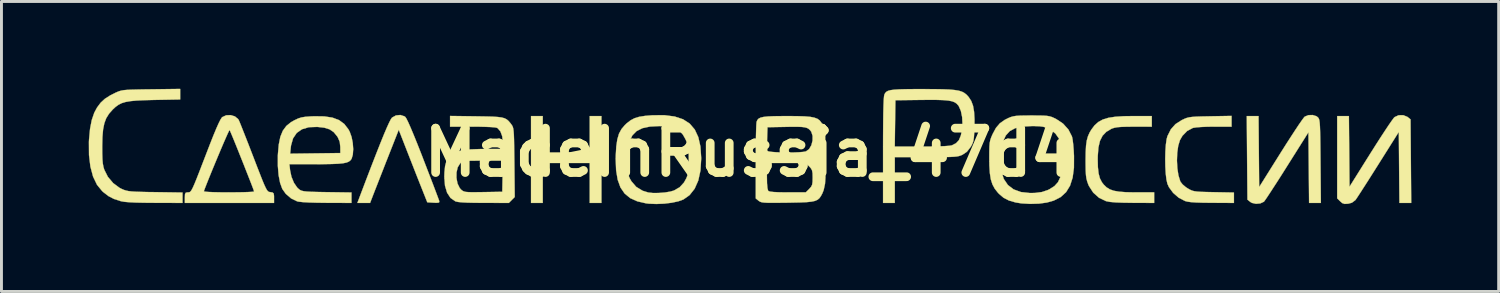
<source format=kicad_pcb>
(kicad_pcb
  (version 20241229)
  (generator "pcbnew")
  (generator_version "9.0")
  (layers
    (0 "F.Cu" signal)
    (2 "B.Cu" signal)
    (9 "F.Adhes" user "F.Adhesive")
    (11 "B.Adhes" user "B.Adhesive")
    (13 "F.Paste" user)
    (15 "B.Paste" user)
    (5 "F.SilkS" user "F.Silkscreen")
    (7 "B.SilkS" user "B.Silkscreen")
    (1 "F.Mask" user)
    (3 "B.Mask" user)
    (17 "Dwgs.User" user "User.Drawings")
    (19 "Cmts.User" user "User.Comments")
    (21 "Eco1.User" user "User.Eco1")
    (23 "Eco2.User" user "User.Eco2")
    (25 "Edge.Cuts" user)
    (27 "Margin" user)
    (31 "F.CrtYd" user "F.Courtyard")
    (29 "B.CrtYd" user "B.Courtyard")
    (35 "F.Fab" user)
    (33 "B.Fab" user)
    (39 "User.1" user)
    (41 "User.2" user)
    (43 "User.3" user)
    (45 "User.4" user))
  (footprint "MadeInRussia_47d4"
    (layer "F.Cu")
    (at 22.694 2.188)
    (property "Reference" "MadeInRussia_47d4" (at 0 0 0) (layer "F.SilkS") (effects (font (size 1.524 1.524) (thickness 0.3))))
    (attr through_hole)
    (fp_poly (pts (xy -7.096 0) (xy -5.483 0) (xy -5.483 -1.25) (xy -5.08 -1.25) (xy -5.08 1.734) (xy -5.483 1.734) (xy -5.483 0.363) (xy -7.096 0.363) (xy -7.096 1.734) (xy -7.499 1.734) (xy -7.499 -1.25) (xy -7.096 -1.25) (xy -7.096 0)) (stroke (width 0.01) (type solid)) (fill yes) (layer "F.SilkS"))
    (fp_poly (pts (xy 22.609 -1.224) (xy 22.624 -1.213) (xy 22.719 -1.136) (xy 22.742 1.734) (xy 22.337 1.734) (xy 22.326 0.514) (xy 22.316 -0.706) (xy 21.61 0.415) (xy 21.437 0.689) (xy 21.274 0.946) (xy 21.127 1.175) (xy 21.003 1.368) (xy 20.906 1.517) (xy 20.843 1.611) (xy 20.824 1.637) (xy 20.704 1.727) (xy 20.575 1.761) (xy 20.455 1.768) (xy 20.373 1.74) (xy 20.303 1.68) (xy 20.199 1.576) (xy 20.199 -1.25) (xy 20.601 -1.25) (xy 20.612 -0.036) (xy 20.622 1.177) (xy 21.348 0.019) (xy 21.524 -0.259) (xy 21.69 -0.518) (xy 21.841 -0.748) (xy 21.97 -0.942) (xy 22.073 -1.09) (xy 22.143 -1.185) (xy 22.17 -1.214) (xy 22.309 -1.278) (xy 22.467 -1.281) (xy 22.609 -1.224)) (stroke (width 0.01) (type solid)) (fill yes) (layer "F.SilkS"))
    (fp_poly (pts (xy 19.487 -1.245) (xy 19.538 -1.205) (xy 19.558 -1.179) (xy 19.575 -1.143) (xy 19.588 -1.089) (xy 19.598 -1.01) (xy 19.606 -0.896) (xy 19.612 -0.741) (xy 19.617 -0.534) (xy 19.621 -0.269) (xy 19.624 0.064) (xy 19.626 0.307) (xy 19.638 1.734) (xy 19.233 1.734) (xy 19.222 0.52) (xy 19.211 -0.693) (xy 18.474 0.476) (xy 18.299 0.754) (xy 18.135 1.01) (xy 17.987 1.238) (xy 17.863 1.429) (xy 17.766 1.574) (xy 17.703 1.665) (xy 17.68 1.693) (xy 17.558 1.75) (xy 17.409 1.764) (xy 17.269 1.733) (xy 17.215 1.701) (xy 17.115 1.62) (xy 17.103 0.185) (xy 17.092 -1.25) (xy 17.497 -1.25) (xy 17.507 -0.03) (xy 17.518 1.189) (xy 18.258 0.009) (xy 18.435 -0.271) (xy 18.602 -0.53) (xy 18.753 -0.762) (xy 18.882 -0.956) (xy 18.985 -1.104) (xy 19.055 -1.199) (xy 19.084 -1.231) (xy 19.212 -1.282) (xy 19.357 -1.286) (xy 19.487 -1.245)) (stroke (width 0.01) (type solid)) (fill yes) (layer "F.SilkS"))
    (fp_poly (pts (xy -11.849 -1.242) (xy -11.818 -1.22) (xy -11.779 -1.161) (xy -11.715 -1.031) (xy -11.627 -0.832) (xy -11.518 -0.571) (xy -11.388 -0.249) (xy -11.24 0.127) (xy -11.204 0.222) (xy -11.082 0.538) (xy -10.968 0.833) (xy -10.867 1.096) (xy -10.782 1.321) (xy -10.716 1.496) (xy -10.672 1.614) (xy -10.654 1.665) (xy -10.651 1.707) (xy -10.684 1.727) (xy -10.77 1.73) (xy -10.848 1.726) (xy -11.063 1.713) (xy -11.255 1.23) (xy -11.334 1.031) (xy -11.433 0.781) (xy -11.543 0.501) (xy -11.655 0.215) (xy -11.746 -0.017) (xy -12.044 -0.78) (xy -12.376 0.063) (xy -12.485 0.339) (xy -12.594 0.619) (xy -12.698 0.883) (xy -12.788 1.114) (xy -12.858 1.292) (xy -12.869 1.32) (xy -13.029 1.734) (xy -13.465 1.734) (xy -13.37 1.482) (xy -13.158 0.924) (xy -12.972 0.439) (xy -12.81 0.024) (xy -12.672 -0.325) (xy -12.556 -0.611) (xy -12.46 -0.837) (xy -12.383 -1.007) (xy -12.325 -1.123) (xy -12.283 -1.188) (xy -12.272 -1.199) (xy -12.14 -1.272) (xy -11.988 -1.287) (xy -11.849 -1.242)) (stroke (width 0.01) (type solid)) (fill yes) (layer "F.SilkS"))
    (fp_poly (pts (xy 13.829 -0.887) (xy 13.214 -0.886) (xy 12.964 -0.884) (xy 12.779 -0.878) (xy 12.644 -0.867) (xy 12.543 -0.848) (xy 12.462 -0.822) (xy 12.438 -0.811) (xy 12.265 -0.708) (xy 12.137 -0.574) (xy 12.048 -0.398) (xy 11.995 -0.17) (xy 11.973 0.121) (xy 11.971 0.226) (xy 11.977 0.505) (xy 12.001 0.721) (xy 12.046 0.89) (xy 12.117 1.026) (xy 12.179 1.106) (xy 12.274 1.198) (xy 12.385 1.267) (xy 12.524 1.316) (xy 12.703 1.347) (xy 12.936 1.365) (xy 13.233 1.371) (xy 13.292 1.371) (xy 13.91 1.371) (xy 13.91 1.734) (xy 13.174 1.731) (xy 12.841 1.726) (xy 12.582 1.716) (xy 12.392 1.699) (xy 12.264 1.674) (xy 12.255 1.672) (xy 12.017 1.558) (xy 11.817 1.38) (xy 11.67 1.153) (xy 11.646 1.098) (xy 11.609 0.995) (xy 11.583 0.894) (xy 11.567 0.777) (xy 11.558 0.625) (xy 11.555 0.42) (xy 11.554 0.282) (xy 11.558 -0.007) (xy 11.57 -0.233) (xy 11.595 -0.41) (xy 11.636 -0.556) (xy 11.694 -0.687) (xy 11.755 -0.788) (xy 11.865 -0.934) (xy 11.992 -1.047) (xy 12.145 -1.131) (xy 12.337 -1.19) (xy 12.577 -1.227) (xy 12.877 -1.246) (xy 13.17 -1.25) (xy 13.829 -1.25) (xy 13.829 -0.887)) (stroke (width 0.01) (type solid)) (fill yes) (layer "F.SilkS"))
    (fp_poly (pts (xy 16.57 -0.887) (xy 15.972 -0.887) (xy 15.737 -0.884) (xy 15.528 -0.875) (xy 15.36 -0.862) (xy 15.251 -0.845) (xy 15.236 -0.841) (xy 15.042 -0.737) (xy 14.881 -0.571) (xy 14.796 -0.423) (xy 14.737 -0.23) (xy 14.703 0.012) (xy 14.693 0.278) (xy 14.707 0.545) (xy 14.744 0.787) (xy 14.804 0.981) (xy 14.818 1.011) (xy 14.887 1.098) (xy 14.998 1.192) (xy 15.069 1.238) (xy 15.141 1.279) (xy 15.208 1.309) (xy 15.284 1.33) (xy 15.383 1.344) (xy 15.519 1.353) (xy 15.708 1.359) (xy 15.956 1.364) (xy 16.651 1.377) (xy 16.651 1.734) (xy 15.895 1.73) (xy 15.589 1.727) (xy 15.352 1.719) (xy 15.175 1.707) (xy 15.048 1.688) (xy 14.971 1.668) (xy 14.755 1.556) (xy 14.564 1.391) (xy 14.419 1.194) (xy 14.366 1.078) (xy 14.332 0.929) (xy 14.308 0.724) (xy 14.294 0.481) (xy 14.29 0.222) (xy 14.296 -0.034) (xy 14.312 -0.267) (xy 14.338 -0.456) (xy 14.367 -0.562) (xy 14.485 -0.797) (xy 14.644 -0.975) (xy 14.861 -1.113) (xy 14.867 -1.116) (xy 14.952 -1.156) (xy 15.029 -1.186) (xy 15.113 -1.207) (xy 15.216 -1.221) (xy 15.355 -1.231) (xy 15.544 -1.237) (xy 15.797 -1.242) (xy 15.835 -1.243) (xy 16.57 -1.256) (xy 16.57 -0.887)) (stroke (width 0.01) (type solid)) (fill yes) (layer "F.SilkS"))
    (fp_poly (pts (xy -19.554 -1.821) (xy -20.431 -1.805) (xy -20.772 -1.796) (xy -21.045 -1.784) (xy -21.259 -1.764) (xy -21.428 -1.735) (xy -21.563 -1.694) (xy -21.674 -1.638) (xy -21.775 -1.564) (xy -21.874 -1.472) (xy -22 -1.329) (xy -22.094 -1.178) (xy -22.159 -1.004) (xy -22.202 -0.793) (xy -22.225 -0.529) (xy -22.232 -0.222) (xy -22.231 0.037) (xy -22.225 0.232) (xy -22.212 0.38) (xy -22.19 0.497) (xy -22.162 0.591) (xy -22.039 0.836) (xy -21.857 1.052) (xy -21.636 1.216) (xy -21.561 1.254) (xy -21.489 1.285) (xy -21.417 1.308) (xy -21.336 1.326) (xy -21.231 1.339) (xy -21.092 1.348) (xy -20.905 1.354) (xy -20.66 1.36) (xy -20.411 1.363) (xy -19.473 1.377) (xy -19.473 1.734) (xy -20.431 1.731) (xy -20.788 1.728) (xy -21.073 1.722) (xy -21.295 1.711) (xy -21.46 1.697) (xy -21.578 1.677) (xy -21.601 1.671) (xy -21.831 1.596) (xy -22.017 1.5) (xy -22.195 1.363) (xy -22.234 1.327) (xy -22.411 1.111) (xy -22.546 0.83) (xy -22.638 0.487) (xy -22.686 0.089) (xy -22.689 -0.362) (xy -22.685 -0.443) (xy -22.65 -0.812) (xy -22.591 -1.115) (xy -22.505 -1.366) (xy -22.409 -1.544) (xy -22.285 -1.71) (xy -22.141 -1.843) (xy -21.953 -1.963) (xy -21.79 -2.045) (xy -21.714 -2.079) (xy -21.645 -2.106) (xy -21.573 -2.126) (xy -21.485 -2.141) (xy -21.37 -2.151) (xy -21.215 -2.158) (xy -21.01 -2.163) (xy -20.743 -2.168) (xy -20.552 -2.17) (xy -19.554 -2.183) (xy -19.554 -1.821)) (stroke (width 0.01) (type solid)) (fill yes) (layer "F.SilkS"))
    (fp_poly (pts (xy -14.602 -1.239) (xy -14.32 -1.196) (xy -14.095 -1.111) (xy -13.917 -0.98) (xy -13.777 -0.8) (xy -13.729 -0.712) (xy -13.665 -0.533) (xy -13.624 -0.325) (xy -13.609 -0.114) (xy -13.622 0.075) (xy -13.664 0.216) (xy -13.703 0.271) (xy -13.76 0.315) (xy -13.843 0.348) (xy -13.962 0.372) (xy -14.127 0.388) (xy -14.346 0.397) (xy -14.629 0.402) (xy -14.905 0.403) (xy -15.801 0.403) (xy -15.777 0.615) (xy -15.73 0.837) (xy -15.645 1.042) (xy -15.534 1.205) (xy -15.468 1.267) (xy -15.425 1.295) (xy -15.374 1.316) (xy -15.304 1.332) (xy -15.203 1.343) (xy -15.059 1.351) (xy -14.862 1.357) (xy -14.598 1.362) (xy -14.511 1.363) (xy -13.668 1.375) (xy -13.668 1.734) (xy -14.524 1.731) (xy -14.848 1.727) (xy -15.121 1.719) (xy -15.334 1.707) (xy -15.48 1.691) (xy -15.533 1.68) (xy -15.742 1.579) (xy -15.924 1.423) (xy -16.046 1.251) (xy -16.12 1.047) (xy -16.172 0.778) (xy -16.198 0.461) (xy -16.198 0.109) (xy -16.195 0.06) (xy -16.194 0.042) (xy -15.776 0.042) (xy -14.913 0.031) (xy -14.051 0.02) (xy -14.052 -0.187) (xy -14.071 -0.364) (xy -14.136 -0.516) (xy -14.163 -0.558) (xy -14.279 -0.699) (xy -14.419 -0.794) (xy -14.602 -0.851) (xy -14.84 -0.878) (xy -15.131 -0.868) (xy -15.368 -0.798) (xy -15.55 -0.67) (xy -15.676 -0.484) (xy -15.745 -0.24) (xy -15.752 -0.185) (xy -15.776 0.042) (xy -16.194 0.042) (xy -16.166 -0.272) (xy -16.112 -0.538) (xy -16.027 -0.747) (xy -15.905 -0.912) (xy -15.742 -1.043) (xy -15.613 -1.115) (xy -15.495 -1.169) (xy -15.383 -1.204) (xy -15.255 -1.225) (xy -15.086 -1.238) (xy -14.947 -1.244) (xy -14.602 -1.239)) (stroke (width 0.01) (type solid)) (fill yes) (layer "F.SilkS"))
    (fp_poly (pts (xy 6.333 -2.176) (xy 6.633 -2.171) (xy 6.871 -2.162) (xy 7.057 -2.145) (xy 7.201 -2.121) (xy 7.311 -2.086) (xy 7.397 -2.039) (xy 7.47 -1.98) (xy 7.537 -1.905) (xy 7.538 -1.903) (xy 7.626 -1.769) (xy 7.687 -1.605) (xy 7.723 -1.398) (xy 7.738 -1.135) (xy 7.735 -0.865) (xy 7.727 -0.654) (xy 7.716 -0.504) (xy 7.698 -0.396) (xy 7.67 -0.309) (xy 7.627 -0.224) (xy 7.61 -0.195) (xy 7.477 -0.025) (xy 7.326 0.077) (xy 7.269 0.102) (xy 7.209 0.122) (xy 7.135 0.137) (xy 7.037 0.147) (xy 6.904 0.154) (xy 6.726 0.159) (xy 6.492 0.161) (xy 6.192 0.161) (xy 6.075 0.161) (xy 4.999 0.161) (xy 4.999 1.734) (xy 4.596 1.734) (xy 4.596 -0.079) (xy 4.596 -0.202) (xy 4.998 -0.202) (xy 5.923 -0.202) (xy 6.235 -0.204) (xy 6.504 -0.209) (xy 6.72 -0.218) (xy 6.875 -0.23) (xy 6.959 -0.244) (xy 6.962 -0.245) (xy 7.104 -0.318) (xy 7.201 -0.422) (xy 7.266 -0.576) (xy 7.301 -0.732) (xy 7.325 -0.975) (xy 7.313 -1.215) (xy 7.269 -1.429) (xy 7.196 -1.594) (xy 7.183 -1.612) (xy 7.128 -1.674) (xy 7.06 -1.722) (xy 6.968 -1.758) (xy 6.842 -1.783) (xy 6.673 -1.798) (xy 6.451 -1.806) (xy 6.165 -1.807) (xy 5.911 -1.805) (xy 5.02 -1.794) (xy 5.009 -0.998) (xy 4.998 -0.202) (xy 4.596 -0.202) (xy 4.597 -0.578) (xy 4.6 -0.999) (xy 4.604 -1.343) (xy 4.611 -1.612) (xy 4.619 -1.809) (xy 4.63 -1.935) (xy 4.641 -1.989) (xy 4.67 -2.043) (xy 4.71 -2.085) (xy 4.769 -2.117) (xy 4.856 -2.141) (xy 4.98 -2.157) (xy 5.151 -2.168) (xy 5.377 -2.174) (xy 5.668 -2.177) (xy 5.962 -2.177) (xy 6.333 -2.176)) (stroke (width 0.01) (type solid)) (fill yes) (layer "F.SilkS"))
    (fp_poly (pts (xy -9.377 -1.242) (xy -9.066 -1.237) (xy -8.825 -1.231) (xy -8.642 -1.219) (xy -8.506 -1.201) (xy -8.405 -1.173) (xy -8.329 -1.132) (xy -8.265 -1.075) (xy -8.203 -1.001) (xy -8.167 -0.952) (xy -8.143 -0.916) (xy -8.124 -0.874) (xy -8.109 -0.816) (xy -8.098 -0.732) (xy -8.089 -0.614) (xy -8.083 -0.452) (xy -8.079 -0.236) (xy -8.075 0.043) (xy -8.071 0.345) (xy -8.059 1.531) (xy -8.16 1.632) (xy -8.261 1.734) (xy -9.12 1.732) (xy -9.443 1.73) (xy -9.694 1.724) (xy -9.881 1.714) (xy -10.011 1.7) (xy -10.092 1.681) (xy -10.103 1.676) (xy -10.266 1.562) (xy -10.383 1.383) (xy -10.455 1.142) (xy -10.475 0.882) (xy -10.061 0.882) (xy -10.024 1.07) (xy -9.948 1.224) (xy -9.897 1.281) (xy -9.853 1.315) (xy -9.807 1.339) (xy -9.743 1.355) (xy -9.648 1.363) (xy -9.51 1.366) (xy -9.313 1.364) (xy -9.139 1.362) (xy -8.487 1.351) (xy -8.476 0.816) (xy -8.464 0.282) (xy -9.153 0.282) (xy -9.404 0.283) (xy -9.587 0.285) (xy -9.716 0.291) (xy -9.802 0.302) (xy -9.86 0.319) (xy -9.901 0.344) (xy -9.934 0.375) (xy -10.018 0.51) (xy -10.059 0.687) (xy -10.061 0.882) (xy -10.475 0.882) (xy -10.479 0.839) (xy -10.474 0.687) (xy -10.452 0.469) (xy -10.406 0.294) (xy -10.331 0.156) (xy -10.217 0.051) (xy -10.059 -0.025) (xy -9.847 -0.075) (xy -9.574 -0.105) (xy -9.233 -0.118) (xy -9.021 -0.12) (xy -8.467 -0.121) (xy -8.467 -0.345) (xy -8.489 -0.557) (xy -8.551 -0.725) (xy -8.647 -0.834) (xy -8.666 -0.845) (xy -8.733 -0.86) (xy -8.869 -0.872) (xy -9.063 -0.88) (xy -9.304 -0.886) (xy -9.512 -0.887) (xy -10.281 -0.887) (xy -10.281 -1.254) (xy -9.377 -1.242)) (stroke (width 0.01) (type solid)) (fill yes) (layer "F.SilkS"))
    (fp_poly (pts (xy -2.565 -1.235) (xy -2.277 -1.14) (xy -2.048 -0.992) (xy -1.874 -0.788) (xy -1.752 -0.526) (xy -1.679 -0.204) (xy -1.653 0.182) (xy -1.653 0.22) (xy -1.678 0.622) (xy -1.753 0.965) (xy -1.878 1.246) (xy -2.051 1.465) (xy -2.263 1.615) (xy -2.436 1.678) (xy -2.664 1.727) (xy -2.925 1.759) (xy -3.195 1.77) (xy -3.45 1.76) (xy -3.548 1.748) (xy -3.847 1.679) (xy -4.091 1.569) (xy -4.283 1.411) (xy -4.426 1.203) (xy -4.522 0.937) (xy -4.576 0.611) (xy -4.591 0.219) (xy -4.59 0.214) (xy -4.19 0.214) (xy -4.186 0.384) (xy -4.177 0.579) (xy -4.163 0.715) (xy -4.139 0.816) (xy -4.099 0.906) (xy -4.051 0.989) (xy -3.885 1.182) (xy -3.665 1.316) (xy -3.471 1.376) (xy -3.312 1.393) (xy -3.113 1.392) (xy -2.904 1.376) (xy -2.716 1.345) (xy -2.591 1.309) (xy -2.392 1.195) (xy -2.244 1.033) (xy -2.163 0.887) (xy -2.125 0.79) (xy -2.101 0.685) (xy -2.087 0.55) (xy -2.081 0.366) (xy -2.08 0.238) (xy -2.082 0.032) (xy -2.089 -0.116) (xy -2.104 -0.226) (xy -2.132 -0.321) (xy -2.177 -0.421) (xy -2.199 -0.467) (xy -2.281 -0.612) (xy -2.363 -0.707) (xy -2.472 -0.781) (xy -2.516 -0.804) (xy -2.625 -0.853) (xy -2.732 -0.884) (xy -2.863 -0.899) (xy -3.042 -0.905) (xy -3.1 -0.906) (xy -3.417 -0.889) (xy -3.673 -0.834) (xy -3.871 -0.735) (xy -4.018 -0.586) (xy -4.117 -0.382) (xy -4.172 -0.117) (xy -4.19 0.214) (xy -4.59 0.214) (xy -4.588 0.103) (xy -4.57 -0.206) (xy -4.534 -0.45) (xy -4.477 -0.644) (xy -4.391 -0.804) (xy -4.273 -0.943) (xy -4.211 -1.002) (xy -4.08 -1.103) (xy -3.944 -1.176) (xy -3.783 -1.225) (xy -3.579 -1.257) (xy -3.326 -1.278) (xy -2.913 -1.28) (xy -2.565 -1.235)) (stroke (width 0.01) (type solid)) (fill yes) (layer "F.SilkS"))
    (fp_poly (pts (xy -17.672 -1.238) (xy -17.562 -1.146) (xy -17.542 -1.114) (xy -17.516 -1.056) (xy -17.466 -0.933) (xy -17.395 -0.754) (xy -17.306 -0.529) (xy -17.204 -0.269) (xy -17.093 0.018) (xy -17.038 0.161) (xy -16.911 0.491) (xy -16.808 0.754) (xy -16.728 0.957) (xy -16.665 1.108) (xy -16.615 1.215) (xy -16.576 1.286) (xy -16.543 1.329) (xy -16.512 1.351) (xy -16.48 1.36) (xy -16.454 1.363) (xy -16.376 1.377) (xy -16.34 1.412) (xy -16.329 1.494) (xy -16.329 1.555) (xy -16.329 1.734) (xy -19.393 1.734) (xy -19.393 1.552) (xy -19.389 1.441) (xy -19.369 1.388) (xy -19.318 1.372) (xy -19.279 1.371) (xy -19.248 1.369) (xy -19.219 1.358) (xy -19.191 1.333) (xy -18.741 1.333) (xy -18.707 1.345) (xy -18.599 1.356) (xy -18.424 1.364) (xy -18.189 1.369) (xy -17.901 1.371) (xy -17.884 1.371) (xy -17.629 1.369) (xy -17.403 1.366) (xy -17.219 1.36) (xy -17.087 1.353) (xy -17.02 1.344) (xy -17.014 1.341) (xy -17.028 1.295) (xy -17.068 1.187) (xy -17.129 1.028) (xy -17.207 0.83) (xy -17.296 0.604) (xy -17.391 0.363) (xy -17.489 0.118) (xy -17.584 -0.12) (xy -17.672 -0.337) (xy -17.748 -0.523) (xy -17.808 -0.665) (xy -17.845 -0.752) (xy -17.857 -0.774) (xy -17.875 -0.743) (xy -17.92 -0.649) (xy -17.985 -0.503) (xy -18.067 -0.315) (xy -18.16 -0.097) (xy -18.26 0.141) (xy -18.362 0.386) (xy -18.462 0.628) (xy -18.555 0.856) (xy -18.636 1.058) (xy -18.701 1.224) (xy -18.741 1.333) (xy -19.191 1.333) (xy -19.19 1.331) (xy -19.156 1.28) (xy -19.114 1.198) (xy -19.061 1.077) (xy -18.992 0.909) (xy -18.905 0.688) (xy -18.796 0.404) (xy -18.685 0.117) (xy -18.539 -0.261) (xy -18.418 -0.568) (xy -18.318 -0.809) (xy -18.238 -0.99) (xy -18.176 -1.115) (xy -18.13 -1.19) (xy -18.108 -1.214) (xy -17.972 -1.277) (xy -17.818 -1.283) (xy -17.672 -1.238)) (stroke (width 0.01) (type solid)) (fill yes) (layer "F.SilkS"))
    (fp_poly (pts (xy 9.931 -1.269) (xy 10.101 -1.266) (xy 10.226 -1.257) (xy 10.32 -1.241) (xy 10.403 -1.215) (xy 10.489 -1.176) (xy 10.543 -1.149) (xy 10.779 -0.992) (xy 10.963 -0.789) (xy 11.083 -0.555) (xy 11.09 -0.533) (xy 11.11 -0.434) (xy 11.129 -0.276) (xy 11.145 -0.082) (xy 11.156 0.121) (xy 11.154 0.526) (xy 11.109 0.865) (xy 11.02 1.142) (xy 10.884 1.363) (xy 10.699 1.532) (xy 10.46 1.654) (xy 10.223 1.721) (xy 9.953 1.758) (xy 9.651 1.767) (xy 9.354 1.75) (xy 9.152 1.718) (xy 8.921 1.651) (xy 8.74 1.559) (xy 8.582 1.425) (xy 8.539 1.379) (xy 8.432 1.243) (xy 8.353 1.095) (xy 8.298 0.922) (xy 8.265 0.709) (xy 8.248 0.442) (xy 8.247 0.324) (xy 8.63 0.324) (xy 8.66 0.648) (xy 8.745 0.913) (xy 8.885 1.119) (xy 9.08 1.268) (xy 9.332 1.36) (xy 9.64 1.394) (xy 9.817 1.391) (xy 10.051 1.36) (xy 10.253 1.293) (xy 10.318 1.261) (xy 10.485 1.155) (xy 10.605 1.022) (xy 10.686 0.85) (xy 10.735 0.625) (xy 10.755 0.393) (xy 10.757 0.042) (xy 10.72 -0.244) (xy 10.642 -0.472) (xy 10.519 -0.648) (xy 10.351 -0.78) (xy 10.301 -0.806) (xy 10.194 -0.854) (xy 10.092 -0.884) (xy 9.969 -0.9) (xy 9.803 -0.906) (xy 9.696 -0.906) (xy 9.384 -0.889) (xy 9.137 -0.834) (xy 8.95 -0.734) (xy 8.813 -0.584) (xy 8.719 -0.378) (xy 8.661 -0.108) (xy 8.655 -0.059) (xy 8.63 0.324) (xy 8.247 0.324) (xy 8.245 0.202) (xy 8.246 -0.03) (xy 8.25 -0.2) (xy 8.26 -0.324) (xy 8.279 -0.422) (xy 8.308 -0.511) (xy 8.35 -0.609) (xy 8.36 -0.631) (xy 8.475 -0.844) (xy 8.606 -0.999) (xy 8.775 -1.119) (xy 8.89 -1.177) (xy 8.976 -1.214) (xy 9.062 -1.239) (xy 9.163 -1.256) (xy 9.296 -1.265) (xy 9.478 -1.269) (xy 9.696 -1.27) (xy 9.931 -1.269)) (stroke (width 0.01) (type solid)) (fill yes) (layer "F.SilkS"))
    (fp_poly (pts (xy 1.639 -1.248) (xy 1.895 -1.24) (xy 2.09 -1.224) (xy 2.235 -1.196) (xy 2.342 -1.156) (xy 2.419 -1.099) (xy 2.477 -1.023) (xy 2.516 -0.95) (xy 2.578 -0.765) (xy 2.608 -0.554) (xy 2.608 -0.338) (xy 2.579 -0.14) (xy 2.52 0.02) (xy 2.46 0.1) (xy 2.411 0.15) (xy 2.407 0.193) (xy 2.452 0.256) (xy 2.478 0.288) (xy 2.554 0.429) (xy 2.601 0.623) (xy 2.617 0.846) (xy 2.602 1.076) (xy 2.556 1.289) (xy 2.51 1.406) (xy 2.46 1.499) (xy 2.409 1.571) (xy 2.345 1.625) (xy 2.258 1.664) (xy 2.137 1.69) (xy 1.972 1.707) (xy 1.753 1.717) (xy 1.468 1.723) (xy 1.315 1.726) (xy 1.022 1.729) (xy 0.798 1.73) (xy 0.634 1.729) (xy 0.517 1.723) (xy 0.436 1.713) (xy 0.382 1.697) (xy 0.342 1.675) (xy 0.32 1.659) (xy 0.222 1.58) (xy 0.222 0.363) (xy 0.605 0.363) (xy 0.605 0.818) (xy 0.609 1.06) (xy 0.623 1.226) (xy 0.647 1.313) (xy 0.653 1.322) (xy 0.71 1.344) (xy 0.834 1.359) (xy 1.029 1.368) (xy 1.3 1.371) (xy 1.321 1.371) (xy 1.941 1.371) (xy 2.059 1.253) (xy 2.124 1.18) (xy 2.159 1.108) (xy 2.174 1.007) (xy 2.177 0.867) (xy 2.174 0.717) (xy 2.157 0.619) (xy 2.12 0.548) (xy 2.059 0.481) (xy 1.941 0.363) (xy 0.605 0.363) (xy 0.222 0.363) (xy 0.222 0.316) (xy 0.223 0.000086) (xy 0.225 -0.294) (xy 0.226 -0.315) (xy 0.61 -0.315) (xy 0.612 -0.171) (xy 0.618 -0.076) (xy 0.622 -0.053) (xy 0.668 -0.034) (xy 0.777 -0.019) (xy 0.934 -0.007) (xy 1.122 -0.00027) (xy 1.325 0.002) (xy 1.524 0.000088) (xy 1.705 -0.007) (xy 1.851 -0.019) (xy 1.944 -0.036) (xy 1.951 -0.039) (xy 2.057 -0.118) (xy 2.133 -0.25) (xy 2.174 -0.409) (xy 2.175 -0.57) (xy 2.13 -0.71) (xy 2.095 -0.758) (xy 2.045 -0.806) (xy 1.988 -0.84) (xy 1.91 -0.863) (xy 1.801 -0.877) (xy 1.646 -0.882) (xy 1.432 -0.882) (xy 1.23 -0.878) (xy 0.625 -0.867) (xy 0.613 -0.487) (xy 0.61 -0.315) (xy 0.226 -0.315) (xy 0.229 -0.554) (xy 0.235 -0.772) (xy 0.241 -0.934) (xy 0.248 -1.032) (xy 0.251 -1.051) (xy 0.276 -1.113) (xy 0.318 -1.161) (xy 0.387 -1.196) (xy 0.491 -1.221) (xy 0.642 -1.237) (xy 0.849 -1.246) (xy 1.121 -1.249) (xy 1.314 -1.25) (xy 1.639 -1.248)) (stroke (width 0.01) (type solid)) (fill yes) (layer "F.SilkS")))
  (gr_rect
    (start -3 -3)
    (end 48.441 6.964)
    (stroke (width 0.1) (type default))
    (fill no)
    (layer "Edge.Cuts")))
</source>
